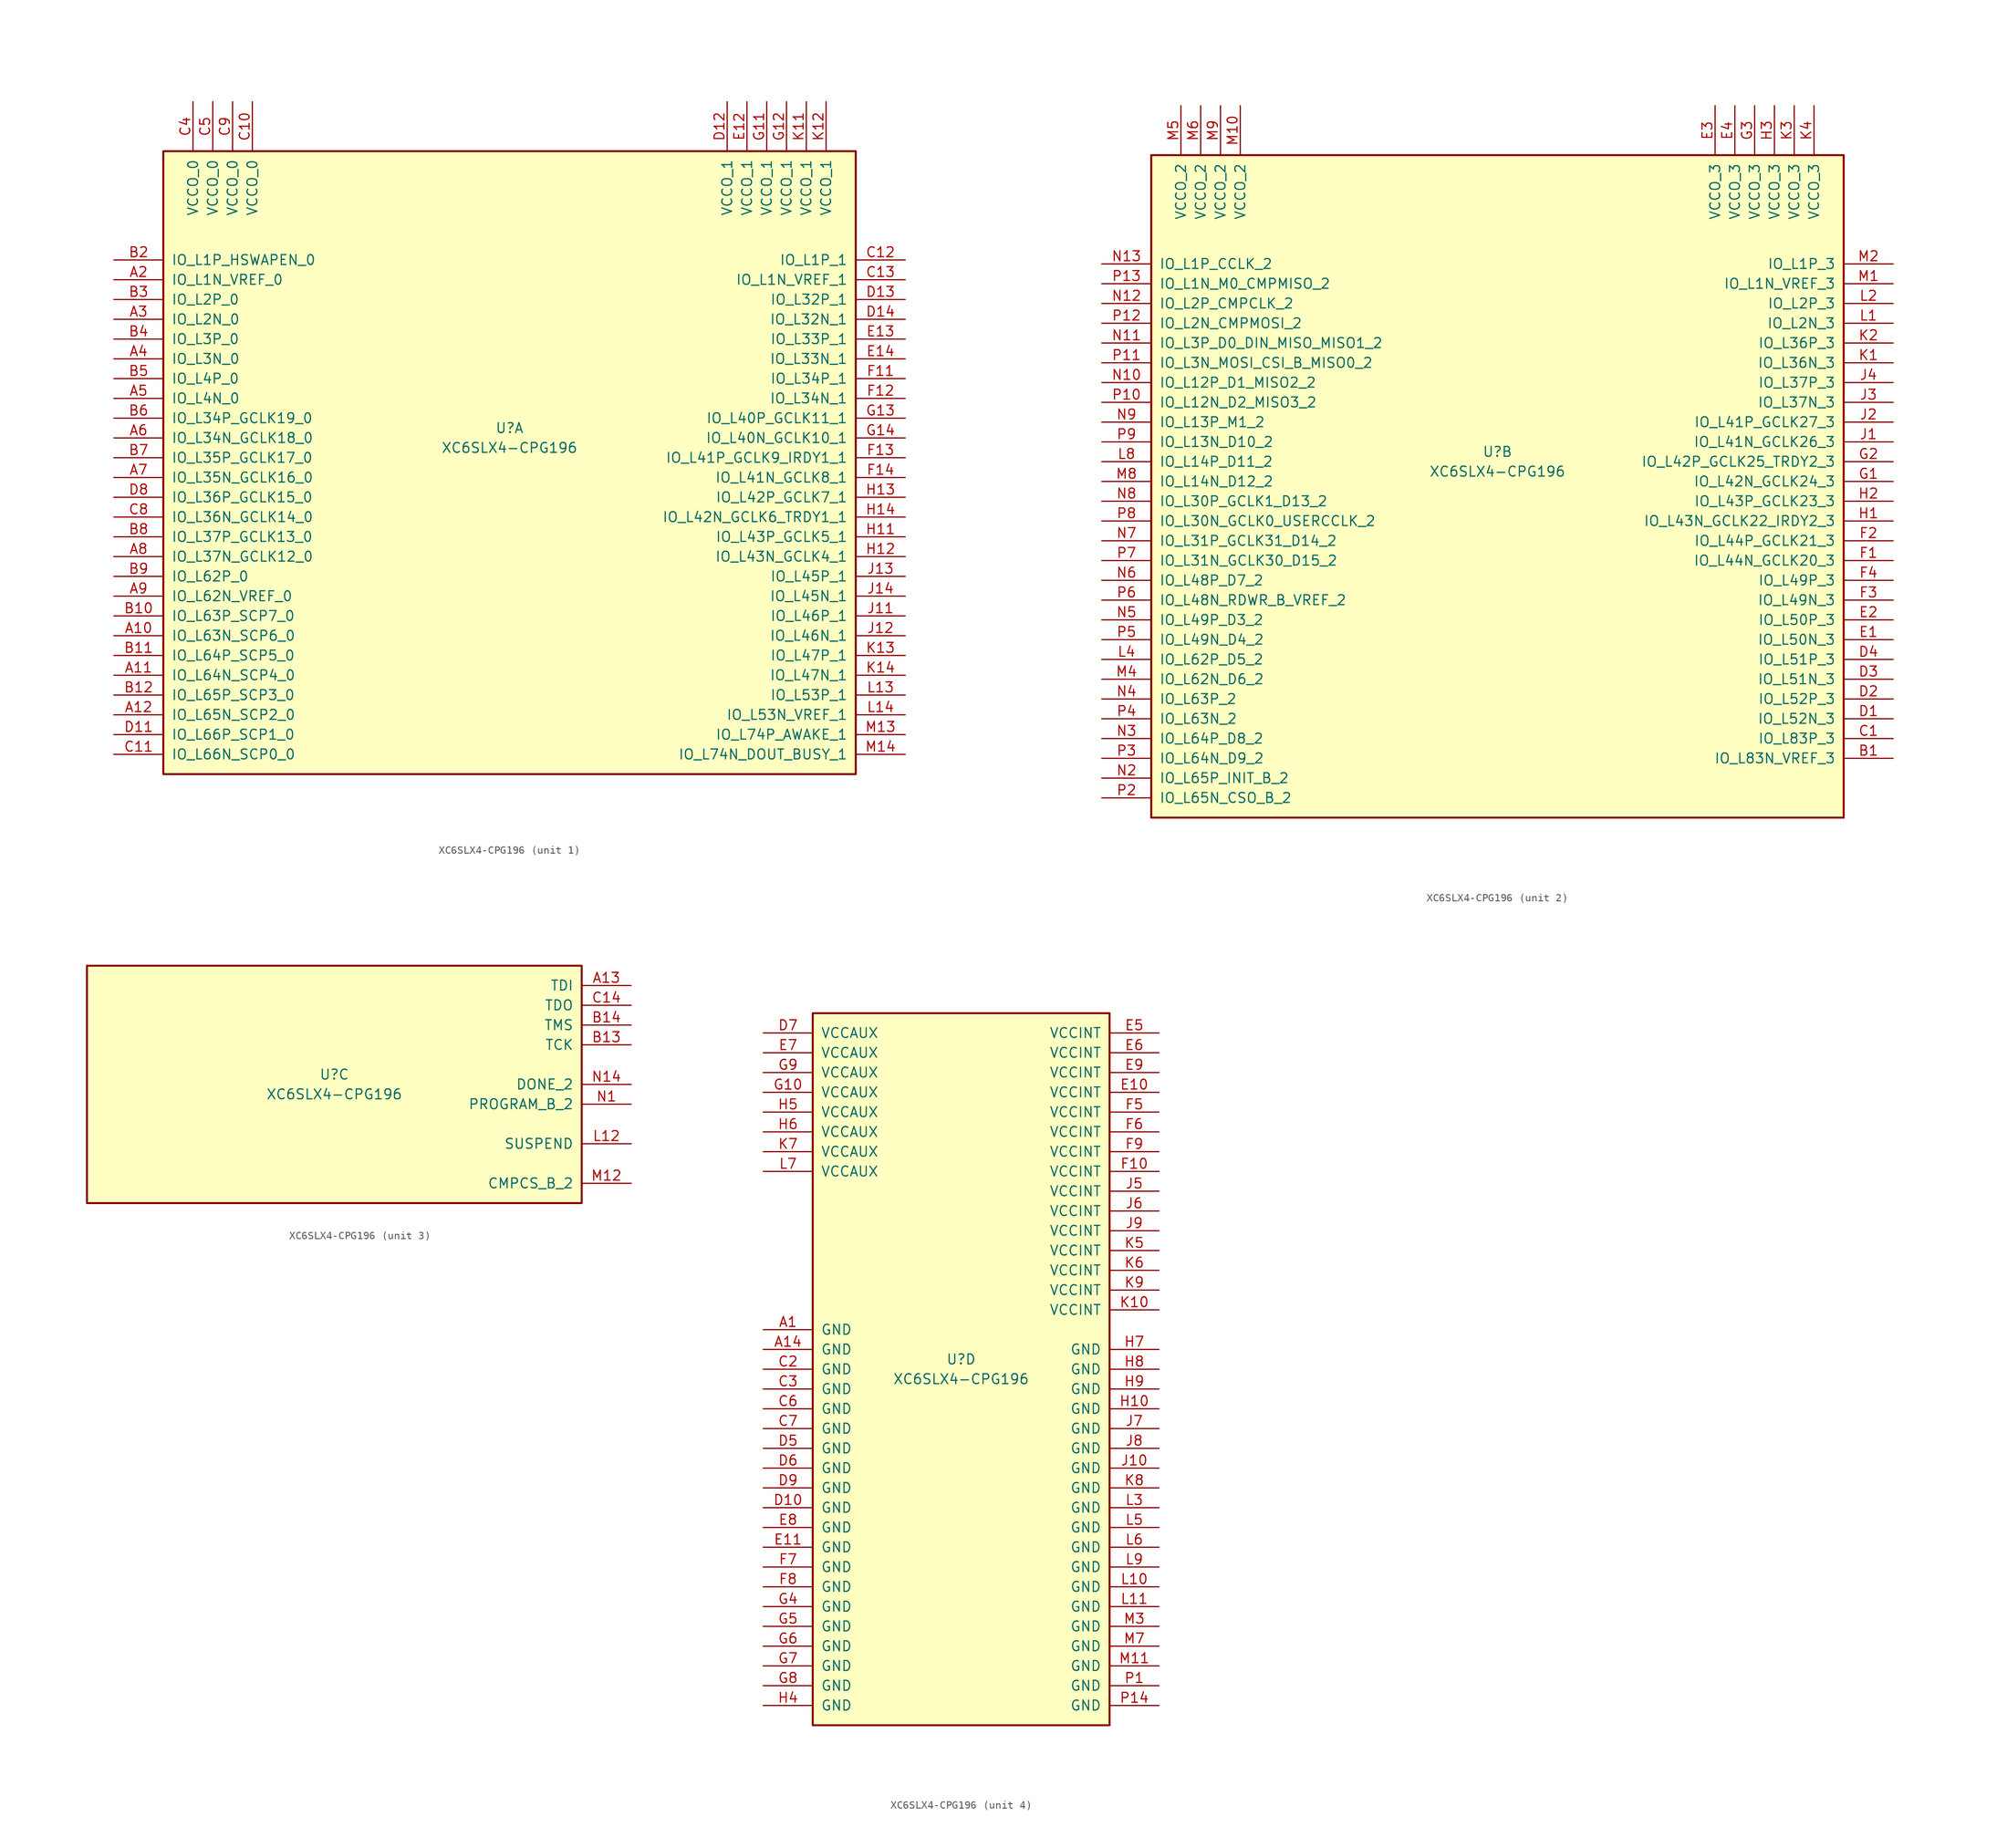
<source format=kicad_sym>
(kicad_symbol_lib
  (version 20201005)
  (generator kicad_symbol_editor)
  (symbol "XC6SLX4-CPG196"
    (pin_names
      (offset 1.016))
    (property "Reference" "U"
      (at 0 1.27 0)
      (effects (font (size 1.27 1.27))))
    (property "Value" "XC6SLX4-CPG196"
      (at 0 -1.27 0)
      (effects (font (size 1.27 1.27))))
    (property "Datasheet" ""
      (at 0 0 0)
      (effects (font (size 1.27 1.27))))
    (property "ki_locked" ""
      (at 0 0 0)
      (effects (font (size 1.27 1.27))))
    (symbol "XC6SLX4-CPG196_1_1"
      (rectangle (start -44.45 36.83) (end 44.45 -43.18) (stroke (width 0.254)) (fill (type background)))
      (pin power_in line (at -40.64 43.18 270) (length 6.35) (name "VCCO_0" (effects (font (size 1.27 1.27)))) (number "C4" (effects (font (size 1.27 1.27)))))
      (pin power_in line (at -38.1 43.18 270) (length 6.35) (name "VCCO_0" (effects (font (size 1.27 1.27)))) (number "C5" (effects (font (size 1.27 1.27)))))
      (pin power_in line (at -35.56 43.18 270) (length 6.35) (name "VCCO_0" (effects (font (size 1.27 1.27)))) (number "C9" (effects (font (size 1.27 1.27)))))
      (pin power_in line (at -33.02 43.18 270) (length 6.35) (name "VCCO_0" (effects (font (size 1.27 1.27)))) (number "C10" (effects (font (size 1.27 1.27)))))
      (pin bidirectional line (at -50.8 22.86 0) (length 6.35) (name "IO_L1P_HSWAPEN_0" (effects (font (size 1.27 1.27)))) (number "B2" (effects (font (size 1.27 1.27)))))
      (pin bidirectional line (at -50.8 20.32 0) (length 6.35) (name "IO_L1N_VREF_0" (effects (font (size 1.27 1.27)))) (number "A2" (effects (font (size 1.27 1.27)))))
      (pin bidirectional line (at -50.8 17.78 0) (length 6.35) (name "IO_L2P_0" (effects (font (size 1.27 1.27)))) (number "B3" (effects (font (size 1.27 1.27)))))
      (pin bidirectional line (at -50.8 15.24 0) (length 6.35) (name "IO_L2N_0" (effects (font (size 1.27 1.27)))) (number "A3" (effects (font (size 1.27 1.27)))))
      (pin bidirectional line (at -50.8 12.7 0) (length 6.35) (name "IO_L3P_0" (effects (font (size 1.27 1.27)))) (number "B4" (effects (font (size 1.27 1.27)))))
      (pin bidirectional line (at -50.8 10.16 0) (length 6.35) (name "IO_L3N_0" (effects (font (size 1.27 1.27)))) (number "A4" (effects (font (size 1.27 1.27)))))
      (pin bidirectional line (at -50.8 7.62 0) (length 6.35) (name "IO_L4P_0" (effects (font (size 1.27 1.27)))) (number "B5" (effects (font (size 1.27 1.27)))))
      (pin bidirectional line (at -50.8 5.08 0) (length 6.35) (name "IO_L4N_0" (effects (font (size 1.27 1.27)))) (number "A5" (effects (font (size 1.27 1.27)))))
      (pin bidirectional line (at -50.8 2.54 0) (length 6.35) (name "IO_L34P_GCLK19_0" (effects (font (size 1.27 1.27)))) (number "B6" (effects (font (size 1.27 1.27)))))
      (pin bidirectional line (at -50.8 0 0) (length 6.35) (name "IO_L34N_GCLK18_0" (effects (font (size 1.27 1.27)))) (number "A6" (effects (font (size 1.27 1.27)))))
      (pin bidirectional line (at -50.8 -2.54 0) (length 6.35) (name "IO_L35P_GCLK17_0" (effects (font (size 1.27 1.27)))) (number "B7" (effects (font (size 1.27 1.27)))))
      (pin bidirectional line (at -50.8 -5.08 0) (length 6.35) (name "IO_L35N_GCLK16_0" (effects (font (size 1.27 1.27)))) (number "A7" (effects (font (size 1.27 1.27)))))
      (pin bidirectional line (at -50.8 -7.62 0) (length 6.35) (name "IO_L36P_GCLK15_0" (effects (font (size 1.27 1.27)))) (number "D8" (effects (font (size 1.27 1.27)))))
      (pin bidirectional line (at -50.8 -10.16 0) (length 6.35) (name "IO_L36N_GCLK14_0" (effects (font (size 1.27 1.27)))) (number "C8" (effects (font (size 1.27 1.27)))))
      (pin bidirectional line (at -50.8 -12.7 0) (length 6.35) (name "IO_L37P_GCLK13_0" (effects (font (size 1.27 1.27)))) (number "B8" (effects (font (size 1.27 1.27)))))
      (pin bidirectional line (at -50.8 -15.24 0) (length 6.35) (name "IO_L37N_GCLK12_0" (effects (font (size 1.27 1.27)))) (number "A8" (effects (font (size 1.27 1.27)))))
      (pin bidirectional line (at -50.8 -17.78 0) (length 6.35) (name "IO_L62P_0" (effects (font (size 1.27 1.27)))) (number "B9" (effects (font (size 1.27 1.27)))))
      (pin bidirectional line (at -50.8 -20.32 0) (length 6.35) (name "IO_L62N_VREF_0" (effects (font (size 1.27 1.27)))) (number "A9" (effects (font (size 1.27 1.27)))))
      (pin bidirectional line (at -50.8 -22.86 0) (length 6.35) (name "IO_L63P_SCP7_0" (effects (font (size 1.27 1.27)))) (number "B10" (effects (font (size 1.27 1.27)))))
      (pin bidirectional line (at -50.8 -25.4 0) (length 6.35) (name "IO_L63N_SCP6_0" (effects (font (size 1.27 1.27)))) (number "A10" (effects (font (size 1.27 1.27)))))
      (pin bidirectional line (at -50.8 -27.94 0) (length 6.35) (name "IO_L64P_SCP5_0" (effects (font (size 1.27 1.27)))) (number "B11" (effects (font (size 1.27 1.27)))))
      (pin bidirectional line (at -50.8 -30.48 0) (length 6.35) (name "IO_L64N_SCP4_0" (effects (font (size 1.27 1.27)))) (number "A11" (effects (font (size 1.27 1.27)))))
      (pin bidirectional line (at -50.8 -33.02 0) (length 6.35) (name "IO_L65P_SCP3_0" (effects (font (size 1.27 1.27)))) (number "B12" (effects (font (size 1.27 1.27)))))
      (pin bidirectional line (at -50.8 -35.56 0) (length 6.35) (name "IO_L65N_SCP2_0" (effects (font (size 1.27 1.27)))) (number "A12" (effects (font (size 1.27 1.27)))))
      (pin bidirectional line (at -50.8 -38.1 0) (length 6.35) (name "IO_L66P_SCP1_0" (effects (font (size 1.27 1.27)))) (number "D11" (effects (font (size 1.27 1.27)))))
      (pin bidirectional line (at -50.8 -40.64 0) (length 6.35) (name "IO_L66N_SCP0_0" (effects (font (size 1.27 1.27)))) (number "C11" (effects (font (size 1.27 1.27)))))
      (pin power_in line (at 27.94 43.18 270) (length 6.35) (name "VCCO_1" (effects (font (size 1.27 1.27)))) (number "D12" (effects (font (size 1.27 1.27)))))
      (pin power_in line (at 30.48 43.18 270) (length 6.35) (name "VCCO_1" (effects (font (size 1.27 1.27)))) (number "E12" (effects (font (size 1.27 1.27)))))
      (pin power_in line (at 33.02 43.18 270) (length 6.35) (name "VCCO_1" (effects (font (size 1.27 1.27)))) (number "G11" (effects (font (size 1.27 1.27)))))
      (pin power_in line (at 35.56 43.18 270) (length 6.35) (name "VCCO_1" (effects (font (size 1.27 1.27)))) (number "G12" (effects (font (size 1.27 1.27)))))
      (pin power_in line (at 38.1 43.18 270) (length 6.35) (name "VCCO_1" (effects (font (size 1.27 1.27)))) (number "K11" (effects (font (size 1.27 1.27)))))
      (pin power_in line (at 40.64 43.18 270) (length 6.35) (name "VCCO_1" (effects (font (size 1.27 1.27)))) (number "K12" (effects (font (size 1.27 1.27)))))
      (pin bidirectional line (at 50.8 22.86 180) (length 6.35) (name "IO_L1P_1" (effects (font (size 1.27 1.27)))) (number "C12" (effects (font (size 1.27 1.27)))))
      (pin bidirectional line (at 50.8 20.32 180) (length 6.35) (name "IO_L1N_VREF_1" (effects (font (size 1.27 1.27)))) (number "C13" (effects (font (size 1.27 1.27)))))
      (pin bidirectional line (at 50.8 17.78 180) (length 6.35) (name "IO_L32P_1" (effects (font (size 1.27 1.27)))) (number "D13" (effects (font (size 1.27 1.27)))))
      (pin bidirectional line (at 50.8 15.24 180) (length 6.35) (name "IO_L32N_1" (effects (font (size 1.27 1.27)))) (number "D14" (effects (font (size 1.27 1.27)))))
      (pin bidirectional line (at 50.8 12.7 180) (length 6.35) (name "IO_L33P_1" (effects (font (size 1.27 1.27)))) (number "E13" (effects (font (size 1.27 1.27)))))
      (pin bidirectional line (at 50.8 10.16 180) (length 6.35) (name "IO_L33N_1" (effects (font (size 1.27 1.27)))) (number "E14" (effects (font (size 1.27 1.27)))))
      (pin bidirectional line (at 50.8 7.62 180) (length 6.35) (name "IO_L34P_1" (effects (font (size 1.27 1.27)))) (number "F11" (effects (font (size 1.27 1.27)))))
      (pin bidirectional line (at 50.8 5.08 180) (length 6.35) (name "IO_L34N_1" (effects (font (size 1.27 1.27)))) (number "F12" (effects (font (size 1.27 1.27)))))
      (pin bidirectional line (at 50.8 2.54 180) (length 6.35) (name "IO_L40P_GCLK11_1" (effects (font (size 1.27 1.27)))) (number "G13" (effects (font (size 1.27 1.27)))))
      (pin bidirectional line (at 50.8 0 180) (length 6.35) (name "IO_L40N_GCLK10_1" (effects (font (size 1.27 1.27)))) (number "G14" (effects (font (size 1.27 1.27)))))
      (pin bidirectional line (at 50.8 -2.54 180) (length 6.35) (name "IO_L41P_GCLK9_IRDY1_1" (effects (font (size 1.27 1.27)))) (number "F13" (effects (font (size 1.27 1.27)))))
      (pin bidirectional line (at 50.8 -5.08 180) (length 6.35) (name "IO_L41N_GCLK8_1" (effects (font (size 1.27 1.27)))) (number "F14" (effects (font (size 1.27 1.27)))))
      (pin bidirectional line (at 50.8 -7.62 180) (length 6.35) (name "IO_L42P_GCLK7_1" (effects (font (size 1.27 1.27)))) (number "H13" (effects (font (size 1.27 1.27)))))
      (pin bidirectional line (at 50.8 -10.16 180) (length 6.35) (name "IO_L42N_GCLK6_TRDY1_1" (effects (font (size 1.27 1.27)))) (number "H14" (effects (font (size 1.27 1.27)))))
      (pin bidirectional line (at 50.8 -12.7 180) (length 6.35) (name "IO_L43P_GCLK5_1" (effects (font (size 1.27 1.27)))) (number "H11" (effects (font (size 1.27 1.27)))))
      (pin bidirectional line (at 50.8 -15.24 180) (length 6.35) (name "IO_L43N_GCLK4_1" (effects (font (size 1.27 1.27)))) (number "H12" (effects (font (size 1.27 1.27)))))
      (pin bidirectional line (at 50.8 -17.78 180) (length 6.35) (name "IO_L45P_1" (effects (font (size 1.27 1.27)))) (number "J13" (effects (font (size 1.27 1.27)))))
      (pin bidirectional line (at 50.8 -20.32 180) (length 6.35) (name "IO_L45N_1" (effects (font (size 1.27 1.27)))) (number "J14" (effects (font (size 1.27 1.27)))))
      (pin bidirectional line (at 50.8 -22.86 180) (length 6.35) (name "IO_L46P_1" (effects (font (size 1.27 1.27)))) (number "J11" (effects (font (size 1.27 1.27)))))
      (pin bidirectional line (at 50.8 -25.4 180) (length 6.35) (name "IO_L46N_1" (effects (font (size 1.27 1.27)))) (number "J12" (effects (font (size 1.27 1.27)))))
      (pin bidirectional line (at 50.8 -27.94 180) (length 6.35) (name "IO_L47P_1" (effects (font (size 1.27 1.27)))) (number "K13" (effects (font (size 1.27 1.27)))))
      (pin bidirectional line (at 50.8 -30.48 180) (length 6.35) (name "IO_L47N_1" (effects (font (size 1.27 1.27)))) (number "K14" (effects (font (size 1.27 1.27)))))
      (pin bidirectional line (at 50.8 -33.02 180) (length 6.35) (name "IO_L53P_1" (effects (font (size 1.27 1.27)))) (number "L13" (effects (font (size 1.27 1.27)))))
      (pin bidirectional line (at 50.8 -35.56 180) (length 6.35) (name "IO_L53N_VREF_1" (effects (font (size 1.27 1.27)))) (number "L14" (effects (font (size 1.27 1.27)))))
      (pin bidirectional line (at 50.8 -38.1 180) (length 6.35) (name "IO_L74P_AWAKE_1" (effects (font (size 1.27 1.27)))) (number "M13" (effects (font (size 1.27 1.27)))))
      (pin bidirectional line (at 50.8 -40.64 180) (length 6.35) (name "IO_L74N_DOUT_BUSY_1" (effects (font (size 1.27 1.27)))) (number "M14" (effects (font (size 1.27 1.27))))))
    (symbol "XC6SLX4-CPG196_2_1"
      (rectangle (start -44.45 39.37) (end 44.45 -45.72) (stroke (width 0.254)) (fill (type background)))
      (pin power_in line (at -40.64 45.72 270) (length 6.35) (name "VCCO_2" (effects (font (size 1.27 1.27)))) (number "M5" (effects (font (size 1.27 1.27)))))
      (pin power_in line (at -38.1 45.72 270) (length 6.35) (name "VCCO_2" (effects (font (size 1.27 1.27)))) (number "M6" (effects (font (size 1.27 1.27)))))
      (pin power_in line (at -35.56 45.72 270) (length 6.35) (name "VCCO_2" (effects (font (size 1.27 1.27)))) (number "M9" (effects (font (size 1.27 1.27)))))
      (pin power_in line (at -33.02 45.72 270) (length 6.35) (name "VCCO_2" (effects (font (size 1.27 1.27)))) (number "M10" (effects (font (size 1.27 1.27)))))
      (pin bidirectional line (at -50.8 25.4 0) (length 6.35) (name "IO_L1P_CCLK_2" (effects (font (size 1.27 1.27)))) (number "N13" (effects (font (size 1.27 1.27)))))
      (pin bidirectional line (at -50.8 22.86 0) (length 6.35) (name "IO_L1N_M0_CMPMISO_2" (effects (font (size 1.27 1.27)))) (number "P13" (effects (font (size 1.27 1.27)))))
      (pin bidirectional line (at -50.8 20.32 0) (length 6.35) (name "IO_L2P_CMPCLK_2" (effects (font (size 1.27 1.27)))) (number "N12" (effects (font (size 1.27 1.27)))))
      (pin bidirectional line (at -50.8 17.78 0) (length 6.35) (name "IO_L2N_CMPMOSI_2" (effects (font (size 1.27 1.27)))) (number "P12" (effects (font (size 1.27 1.27)))))
      (pin bidirectional line (at -50.8 15.24 0) (length 6.35) (name "IO_L3P_D0_DIN_MISO_MISO1_2" (effects (font (size 1.27 1.27)))) (number "N11" (effects (font (size 1.27 1.27)))))
      (pin bidirectional line (at -50.8 12.7 0) (length 6.35) (name "IO_L3N_MOSI_CSI_B_MISO0_2" (effects (font (size 1.27 1.27)))) (number "P11" (effects (font (size 1.27 1.27)))))
      (pin bidirectional line (at -50.8 10.16 0) (length 6.35) (name "IO_L12P_D1_MISO2_2" (effects (font (size 1.27 1.27)))) (number "N10" (effects (font (size 1.27 1.27)))))
      (pin bidirectional line (at -50.8 7.62 0) (length 6.35) (name "IO_L12N_D2_MISO3_2" (effects (font (size 1.27 1.27)))) (number "P10" (effects (font (size 1.27 1.27)))))
      (pin bidirectional line (at -50.8 5.08 0) (length 6.35) (name "IO_L13P_M1_2" (effects (font (size 1.27 1.27)))) (number "N9" (effects (font (size 1.27 1.27)))))
      (pin bidirectional line (at -50.8 2.54 0) (length 6.35) (name "IO_L13N_D10_2" (effects (font (size 1.27 1.27)))) (number "P9" (effects (font (size 1.27 1.27)))))
      (pin bidirectional line (at -50.8 0 0) (length 6.35) (name "IO_L14P_D11_2" (effects (font (size 1.27 1.27)))) (number "L8" (effects (font (size 1.27 1.27)))))
      (pin bidirectional line (at -50.8 -2.54 0) (length 6.35) (name "IO_L14N_D12_2" (effects (font (size 1.27 1.27)))) (number "M8" (effects (font (size 1.27 1.27)))))
      (pin bidirectional line (at -50.8 -5.08 0) (length 6.35) (name "IO_L30P_GCLK1_D13_2" (effects (font (size 1.27 1.27)))) (number "N8" (effects (font (size 1.27 1.27)))))
      (pin bidirectional line (at -50.8 -7.62 0) (length 6.35) (name "IO_L30N_GCLK0_USERCCLK_2" (effects (font (size 1.27 1.27)))) (number "P8" (effects (font (size 1.27 1.27)))))
      (pin bidirectional line (at -50.8 -10.16 0) (length 6.35) (name "IO_L31P_GCLK31_D14_2" (effects (font (size 1.27 1.27)))) (number "N7" (effects (font (size 1.27 1.27)))))
      (pin bidirectional line (at -50.8 -12.7 0) (length 6.35) (name "IO_L31N_GCLK30_D15_2" (effects (font (size 1.27 1.27)))) (number "P7" (effects (font (size 1.27 1.27)))))
      (pin bidirectional line (at -50.8 -15.24 0) (length 6.35) (name "IO_L48P_D7_2" (effects (font (size 1.27 1.27)))) (number "N6" (effects (font (size 1.27 1.27)))))
      (pin bidirectional line (at -50.8 -17.78 0) (length 6.35) (name "IO_L48N_RDWR_B_VREF_2" (effects (font (size 1.27 1.27)))) (number "P6" (effects (font (size 1.27 1.27)))))
      (pin bidirectional line (at -50.8 -20.32 0) (length 6.35) (name "IO_L49P_D3_2" (effects (font (size 1.27 1.27)))) (number "N5" (effects (font (size 1.27 1.27)))))
      (pin bidirectional line (at -50.8 -22.86 0) (length 6.35) (name "IO_L49N_D4_2" (effects (font (size 1.27 1.27)))) (number "P5" (effects (font (size 1.27 1.27)))))
      (pin bidirectional line (at -50.8 -25.4 0) (length 6.35) (name "IO_L62P_D5_2" (effects (font (size 1.27 1.27)))) (number "L4" (effects (font (size 1.27 1.27)))))
      (pin bidirectional line (at -50.8 -27.94 0) (length 6.35) (name "IO_L62N_D6_2" (effects (font (size 1.27 1.27)))) (number "M4" (effects (font (size 1.27 1.27)))))
      (pin bidirectional line (at -50.8 -30.48 0) (length 6.35) (name "IO_L63P_2" (effects (font (size 1.27 1.27)))) (number "N4" (effects (font (size 1.27 1.27)))))
      (pin bidirectional line (at -50.8 -33.02 0) (length 6.35) (name "IO_L63N_2" (effects (font (size 1.27 1.27)))) (number "P4" (effects (font (size 1.27 1.27)))))
      (pin bidirectional line (at -50.8 -35.56 0) (length 6.35) (name "IO_L64P_D8_2" (effects (font (size 1.27 1.27)))) (number "N3" (effects (font (size 1.27 1.27)))))
      (pin bidirectional line (at -50.8 -38.1 0) (length 6.35) (name "IO_L64N_D9_2" (effects (font (size 1.27 1.27)))) (number "P3" (effects (font (size 1.27 1.27)))))
      (pin bidirectional line (at -50.8 -40.64 0) (length 6.35) (name "IO_L65P_INIT_B_2" (effects (font (size 1.27 1.27)))) (number "N2" (effects (font (size 1.27 1.27)))))
      (pin bidirectional line (at -50.8 -43.18 0) (length 6.35) (name "IO_L65N_CSO_B_2" (effects (font (size 1.27 1.27)))) (number "P2" (effects (font (size 1.27 1.27)))))
      (pin power_in line (at 27.94 45.72 270) (length 6.35) (name "VCCO_3" (effects (font (size 1.27 1.27)))) (number "E3" (effects (font (size 1.27 1.27)))))
      (pin power_in line (at 30.48 45.72 270) (length 6.35) (name "VCCO_3" (effects (font (size 1.27 1.27)))) (number "E4" (effects (font (size 1.27 1.27)))))
      (pin power_in line (at 33.02 45.72 270) (length 6.35) (name "VCCO_3" (effects (font (size 1.27 1.27)))) (number "G3" (effects (font (size 1.27 1.27)))))
      (pin power_in line (at 35.56 45.72 270) (length 6.35) (name "VCCO_3" (effects (font (size 1.27 1.27)))) (number "H3" (effects (font (size 1.27 1.27)))))
      (pin power_in line (at 38.1 45.72 270) (length 6.35) (name "VCCO_3" (effects (font (size 1.27 1.27)))) (number "K3" (effects (font (size 1.27 1.27)))))
      (pin power_in line (at 40.64 45.72 270) (length 6.35) (name "VCCO_3" (effects (font (size 1.27 1.27)))) (number "K4" (effects (font (size 1.27 1.27)))))
      (pin bidirectional line (at 50.8 25.4 180) (length 6.35) (name "IO_L1P_3" (effects (font (size 1.27 1.27)))) (number "M2" (effects (font (size 1.27 1.27)))))
      (pin bidirectional line (at 50.8 22.86 180) (length 6.35) (name "IO_L1N_VREF_3" (effects (font (size 1.27 1.27)))) (number "M1" (effects (font (size 1.27 1.27)))))
      (pin bidirectional line (at 50.8 20.32 180) (length 6.35) (name "IO_L2P_3" (effects (font (size 1.27 1.27)))) (number "L2" (effects (font (size 1.27 1.27)))))
      (pin bidirectional line (at 50.8 17.78 180) (length 6.35) (name "IO_L2N_3" (effects (font (size 1.27 1.27)))) (number "L1" (effects (font (size 1.27 1.27)))))
      (pin bidirectional line (at 50.8 15.24 180) (length 6.35) (name "IO_L36P_3" (effects (font (size 1.27 1.27)))) (number "K2" (effects (font (size 1.27 1.27)))))
      (pin bidirectional line (at 50.8 12.7 180) (length 6.35) (name "IO_L36N_3" (effects (font (size 1.27 1.27)))) (number "K1" (effects (font (size 1.27 1.27)))))
      (pin bidirectional line (at 50.8 10.16 180) (length 6.35) (name "IO_L37P_3" (effects (font (size 1.27 1.27)))) (number "J4" (effects (font (size 1.27 1.27)))))
      (pin bidirectional line (at 50.8 7.62 180) (length 6.35) (name "IO_L37N_3" (effects (font (size 1.27 1.27)))) (number "J3" (effects (font (size 1.27 1.27)))))
      (pin bidirectional line (at 50.8 5.08 180) (length 6.35) (name "IO_L41P_GCLK27_3" (effects (font (size 1.27 1.27)))) (number "J2" (effects (font (size 1.27 1.27)))))
      (pin bidirectional line (at 50.8 2.54 180) (length 6.35) (name "IO_L41N_GCLK26_3" (effects (font (size 1.27 1.27)))) (number "J1" (effects (font (size 1.27 1.27)))))
      (pin bidirectional line (at 50.8 0 180) (length 6.35) (name "IO_L42P_GCLK25_TRDY2_3" (effects (font (size 1.27 1.27)))) (number "G2" (effects (font (size 1.27 1.27)))))
      (pin bidirectional line (at 50.8 -2.54 180) (length 6.35) (name "IO_L42N_GCLK24_3" (effects (font (size 1.27 1.27)))) (number "G1" (effects (font (size 1.27 1.27)))))
      (pin bidirectional line (at 50.8 -5.08 180) (length 6.35) (name "IO_L43P_GCLK23_3" (effects (font (size 1.27 1.27)))) (number "H2" (effects (font (size 1.27 1.27)))))
      (pin bidirectional line (at 50.8 -7.62 180) (length 6.35) (name "IO_L43N_GCLK22_IRDY2_3" (effects (font (size 1.27 1.27)))) (number "H1" (effects (font (size 1.27 1.27)))))
      (pin bidirectional line (at 50.8 -10.16 180) (length 6.35) (name "IO_L44P_GCLK21_3" (effects (font (size 1.27 1.27)))) (number "F2" (effects (font (size 1.27 1.27)))))
      (pin bidirectional line (at 50.8 -12.7 180) (length 6.35) (name "IO_L44N_GCLK20_3" (effects (font (size 1.27 1.27)))) (number "F1" (effects (font (size 1.27 1.27)))))
      (pin bidirectional line (at 50.8 -15.24 180) (length 6.35) (name "IO_L49P_3" (effects (font (size 1.27 1.27)))) (number "F4" (effects (font (size 1.27 1.27)))))
      (pin bidirectional line (at 50.8 -17.78 180) (length 6.35) (name "IO_L49N_3" (effects (font (size 1.27 1.27)))) (number "F3" (effects (font (size 1.27 1.27)))))
      (pin bidirectional line (at 50.8 -20.32 180) (length 6.35) (name "IO_L50P_3" (effects (font (size 1.27 1.27)))) (number "E2" (effects (font (size 1.27 1.27)))))
      (pin bidirectional line (at 50.8 -22.86 180) (length 6.35) (name "IO_L50N_3" (effects (font (size 1.27 1.27)))) (number "E1" (effects (font (size 1.27 1.27)))))
      (pin bidirectional line (at 50.8 -25.4 180) (length 6.35) (name "IO_L51P_3" (effects (font (size 1.27 1.27)))) (number "D4" (effects (font (size 1.27 1.27)))))
      (pin bidirectional line (at 50.8 -27.94 180) (length 6.35) (name "IO_L51N_3" (effects (font (size 1.27 1.27)))) (number "D3" (effects (font (size 1.27 1.27)))))
      (pin bidirectional line (at 50.8 -30.48 180) (length 6.35) (name "IO_L52P_3" (effects (font (size 1.27 1.27)))) (number "D2" (effects (font (size 1.27 1.27)))))
      (pin bidirectional line (at 50.8 -33.02 180) (length 6.35) (name "IO_L52N_3" (effects (font (size 1.27 1.27)))) (number "D1" (effects (font (size 1.27 1.27)))))
      (pin bidirectional line (at 50.8 -35.56 180) (length 6.35) (name "IO_L83P_3" (effects (font (size 1.27 1.27)))) (number "C1" (effects (font (size 1.27 1.27)))))
      (pin bidirectional line (at 50.8 -38.1 180) (length 6.35) (name "IO_L83N_VREF_3" (effects (font (size 1.27 1.27)))) (number "B1" (effects (font (size 1.27 1.27))))))
    (symbol "XC6SLX4-CPG196_3_1"
      (rectangle (start -31.75 15.24) (end 31.75 -15.24) (stroke (width 0.254)) (fill (type background)))
      (pin bidirectional line (at 38.1 12.7 180) (length 6.35) (name "TDI" (effects (font (size 1.27 1.27)))) (number "A13" (effects (font (size 1.27 1.27)))))
      (pin bidirectional line (at 38.1 10.16 180) (length 6.35) (name "TDO" (effects (font (size 1.27 1.27)))) (number "C14" (effects (font (size 1.27 1.27)))))
      (pin bidirectional line (at 38.1 7.62 180) (length 6.35) (name "TMS" (effects (font (size 1.27 1.27)))) (number "B14" (effects (font (size 1.27 1.27)))))
      (pin bidirectional line (at 38.1 5.08 180) (length 6.35) (name "TCK" (effects (font (size 1.27 1.27)))) (number "B13" (effects (font (size 1.27 1.27)))))
      (pin bidirectional line (at 38.1 0 180) (length 6.35) (name "DONE_2" (effects (font (size 1.27 1.27)))) (number "N14" (effects (font (size 1.27 1.27)))))
      (pin bidirectional line (at 38.1 -2.54 180) (length 6.35) (name "PROGRAM_B_2" (effects (font (size 1.27 1.27)))) (number "N1" (effects (font (size 1.27 1.27)))))
      (pin bidirectional line (at 38.1 -7.62 180) (length 6.35) (name "SUSPEND" (effects (font (size 1.27 1.27)))) (number "L12" (effects (font (size 1.27 1.27)))))
      (pin bidirectional line (at 38.1 -12.7 180) (length 6.35) (name "CMPCS_B_2" (effects (font (size 1.27 1.27)))) (number "M12" (effects (font (size 1.27 1.27))))))
    (symbol "XC6SLX4-CPG196_4_1"
      (rectangle (start -19.05 45.72) (end 19.05 -45.72) (stroke (width 0.254)) (fill (type background)))
      (pin power_in line (at -25.4 43.18 0) (length 6.35) (name "VCCAUX" (effects (font (size 1.27 1.27)))) (number "D7" (effects (font (size 1.27 1.27)))))
      (pin power_in line (at -25.4 40.64 0) (length 6.35) (name "VCCAUX" (effects (font (size 1.27 1.27)))) (number "E7" (effects (font (size 1.27 1.27)))))
      (pin power_in line (at -25.4 38.1 0) (length 6.35) (name "VCCAUX" (effects (font (size 1.27 1.27)))) (number "G9" (effects (font (size 1.27 1.27)))))
      (pin power_in line (at -25.4 35.56 0) (length 6.35) (name "VCCAUX" (effects (font (size 1.27 1.27)))) (number "G10" (effects (font (size 1.27 1.27)))))
      (pin power_in line (at -25.4 33.02 0) (length 6.35) (name "VCCAUX" (effects (font (size 1.27 1.27)))) (number "H5" (effects (font (size 1.27 1.27)))))
      (pin power_in line (at -25.4 30.48 0) (length 6.35) (name "VCCAUX" (effects (font (size 1.27 1.27)))) (number "H6" (effects (font (size 1.27 1.27)))))
      (pin power_in line (at -25.4 27.94 0) (length 6.35) (name "VCCAUX" (effects (font (size 1.27 1.27)))) (number "K7" (effects (font (size 1.27 1.27)))))
      (pin power_in line (at -25.4 25.4 0) (length 6.35) (name "VCCAUX" (effects (font (size 1.27 1.27)))) (number "L7" (effects (font (size 1.27 1.27)))))
      (pin power_in line (at -25.4 5.08 0) (length 6.35) (name "GND" (effects (font (size 1.27 1.27)))) (number "A1" (effects (font (size 1.27 1.27)))))
      (pin power_in line (at -25.4 2.54 0) (length 6.35) (name "GND" (effects (font (size 1.27 1.27)))) (number "A14" (effects (font (size 1.27 1.27)))))
      (pin power_in line (at -25.4 0 0) (length 6.35) (name "GND" (effects (font (size 1.27 1.27)))) (number "C2" (effects (font (size 1.27 1.27)))))
      (pin power_in line (at -25.4 -2.54 0) (length 6.35) (name "GND" (effects (font (size 1.27 1.27)))) (number "C3" (effects (font (size 1.27 1.27)))))
      (pin power_in line (at -25.4 -5.08 0) (length 6.35) (name "GND" (effects (font (size 1.27 1.27)))) (number "C6" (effects (font (size 1.27 1.27)))))
      (pin power_in line (at -25.4 -7.62 0) (length 6.35) (name "GND" (effects (font (size 1.27 1.27)))) (number "C7" (effects (font (size 1.27 1.27)))))
      (pin power_in line (at -25.4 -10.16 0) (length 6.35) (name "GND" (effects (font (size 1.27 1.27)))) (number "D5" (effects (font (size 1.27 1.27)))))
      (pin power_in line (at -25.4 -12.7 0) (length 6.35) (name "GND" (effects (font (size 1.27 1.27)))) (number "D6" (effects (font (size 1.27 1.27)))))
      (pin power_in line (at -25.4 -15.24 0) (length 6.35) (name "GND" (effects (font (size 1.27 1.27)))) (number "D9" (effects (font (size 1.27 1.27)))))
      (pin power_in line (at -25.4 -17.78 0) (length 6.35) (name "GND" (effects (font (size 1.27 1.27)))) (number "D10" (effects (font (size 1.27 1.27)))))
      (pin power_in line (at -25.4 -20.32 0) (length 6.35) (name "GND" (effects (font (size 1.27 1.27)))) (number "E8" (effects (font (size 1.27 1.27)))))
      (pin power_in line (at -25.4 -22.86 0) (length 6.35) (name "GND" (effects (font (size 1.27 1.27)))) (number "E11" (effects (font (size 1.27 1.27)))))
      (pin power_in line (at -25.4 -25.4 0) (length 6.35) (name "GND" (effects (font (size 1.27 1.27)))) (number "F7" (effects (font (size 1.27 1.27)))))
      (pin power_in line (at -25.4 -27.94 0) (length 6.35) (name "GND" (effects (font (size 1.27 1.27)))) (number "F8" (effects (font (size 1.27 1.27)))))
      (pin power_in line (at -25.4 -30.48 0) (length 6.35) (name "GND" (effects (font (size 1.27 1.27)))) (number "G4" (effects (font (size 1.27 1.27)))))
      (pin power_in line (at -25.4 -33.02 0) (length 6.35) (name "GND" (effects (font (size 1.27 1.27)))) (number "G5" (effects (font (size 1.27 1.27)))))
      (pin power_in line (at -25.4 -35.56 0) (length 6.35) (name "GND" (effects (font (size 1.27 1.27)))) (number "G6" (effects (font (size 1.27 1.27)))))
      (pin power_in line (at -25.4 -38.1 0) (length 6.35) (name "GND" (effects (font (size 1.27 1.27)))) (number "G7" (effects (font (size 1.27 1.27)))))
      (pin power_in line (at -25.4 -40.64 0) (length 6.35) (name "GND" (effects (font (size 1.27 1.27)))) (number "G8" (effects (font (size 1.27 1.27)))))
      (pin power_in line (at -25.4 -43.18 0) (length 6.35) (name "GND" (effects (font (size 1.27 1.27)))) (number "H4" (effects (font (size 1.27 1.27)))))
      (pin power_in line (at 25.4 43.18 180) (length 6.35) (name "VCCINT" (effects (font (size 1.27 1.27)))) (number "E5" (effects (font (size 1.27 1.27)))))
      (pin power_in line (at 25.4 40.64 180) (length 6.35) (name "VCCINT" (effects (font (size 1.27 1.27)))) (number "E6" (effects (font (size 1.27 1.27)))))
      (pin power_in line (at 25.4 38.1 180) (length 6.35) (name "VCCINT" (effects (font (size 1.27 1.27)))) (number "E9" (effects (font (size 1.27 1.27)))))
      (pin power_in line (at 25.4 35.56 180) (length 6.35) (name "VCCINT" (effects (font (size 1.27 1.27)))) (number "E10" (effects (font (size 1.27 1.27)))))
      (pin power_in line (at 25.4 33.02 180) (length 6.35) (name "VCCINT" (effects (font (size 1.27 1.27)))) (number "F5" (effects (font (size 1.27 1.27)))))
      (pin power_in line (at 25.4 30.48 180) (length 6.35) (name "VCCINT" (effects (font (size 1.27 1.27)))) (number "F6" (effects (font (size 1.27 1.27)))))
      (pin power_in line (at 25.4 27.94 180) (length 6.35) (name "VCCINT" (effects (font (size 1.27 1.27)))) (number "F9" (effects (font (size 1.27 1.27)))))
      (pin power_in line (at 25.4 25.4 180) (length 6.35) (name "VCCINT" (effects (font (size 1.27 1.27)))) (number "F10" (effects (font (size 1.27 1.27)))))
      (pin power_in line (at 25.4 22.86 180) (length 6.35) (name "VCCINT" (effects (font (size 1.27 1.27)))) (number "J5" (effects (font (size 1.27 1.27)))))
      (pin power_in line (at 25.4 20.32 180) (length 6.35) (name "VCCINT" (effects (font (size 1.27 1.27)))) (number "J6" (effects (font (size 1.27 1.27)))))
      (pin power_in line (at 25.4 17.78 180) (length 6.35) (name "VCCINT" (effects (font (size 1.27 1.27)))) (number "J9" (effects (font (size 1.27 1.27)))))
      (pin power_in line (at 25.4 15.24 180) (length 6.35) (name "VCCINT" (effects (font (size 1.27 1.27)))) (number "K5" (effects (font (size 1.27 1.27)))))
      (pin power_in line (at 25.4 12.7 180) (length 6.35) (name "VCCINT" (effects (font (size 1.27 1.27)))) (number "K6" (effects (font (size 1.27 1.27)))))
      (pin power_in line (at 25.4 10.16 180) (length 6.35) (name "VCCINT" (effects (font (size 1.27 1.27)))) (number "K9" (effects (font (size 1.27 1.27)))))
      (pin power_in line (at 25.4 7.62 180) (length 6.35) (name "VCCINT" (effects (font (size 1.27 1.27)))) (number "K10" (effects (font (size 1.27 1.27)))))
      (pin power_in line (at 25.4 2.54 180) (length 6.35) (name "GND" (effects (font (size 1.27 1.27)))) (number "H7" (effects (font (size 1.27 1.27)))))
      (pin power_in line (at 25.4 0 180) (length 6.35) (name "GND" (effects (font (size 1.27 1.27)))) (number "H8" (effects (font (size 1.27 1.27)))))
      (pin power_in line (at 25.4 -2.54 180) (length 6.35) (name "GND" (effects (font (size 1.27 1.27)))) (number "H9" (effects (font (size 1.27 1.27)))))
      (pin power_in line (at 25.4 -5.08 180) (length 6.35) (name "GND" (effects (font (size 1.27 1.27)))) (number "H10" (effects (font (size 1.27 1.27)))))
      (pin power_in line (at 25.4 -7.62 180) (length 6.35) (name "GND" (effects (font (size 1.27 1.27)))) (number "J7" (effects (font (size 1.27 1.27)))))
      (pin power_in line (at 25.4 -10.16 180) (length 6.35) (name "GND" (effects (font (size 1.27 1.27)))) (number "J8" (effects (font (size 1.27 1.27)))))
      (pin power_in line (at 25.4 -12.7 180) (length 6.35) (name "GND" (effects (font (size 1.27 1.27)))) (number "J10" (effects (font (size 1.27 1.27)))))
      (pin power_in line (at 25.4 -15.24 180) (length 6.35) (name "GND" (effects (font (size 1.27 1.27)))) (number "K8" (effects (font (size 1.27 1.27)))))
      (pin power_in line (at 25.4 -17.78 180) (length 6.35) (name "GND" (effects (font (size 1.27 1.27)))) (number "L3" (effects (font (size 1.27 1.27)))))
      (pin power_in line (at 25.4 -20.32 180) (length 6.35) (name "GND" (effects (font (size 1.27 1.27)))) (number "L5" (effects (font (size 1.27 1.27)))))
      (pin power_in line (at 25.4 -22.86 180) (length 6.35) (name "GND" (effects (font (size 1.27 1.27)))) (number "L6" (effects (font (size 1.27 1.27)))))
      (pin power_in line (at 25.4 -25.4 180) (length 6.35) (name "GND" (effects (font (size 1.27 1.27)))) (number "L9" (effects (font (size 1.27 1.27)))))
      (pin power_in line (at 25.4 -27.94 180) (length 6.35) (name "GND" (effects (font (size 1.27 1.27)))) (number "L10" (effects (font (size 1.27 1.27)))))
      (pin power_in line (at 25.4 -30.48 180) (length 6.35) (name "GND" (effects (font (size 1.27 1.27)))) (number "L11" (effects (font (size 1.27 1.27)))))
      (pin power_in line (at 25.4 -33.02 180) (length 6.35) (name "GND" (effects (font (size 1.27 1.27)))) (number "M3" (effects (font (size 1.27 1.27)))))
      (pin power_in line (at 25.4 -35.56 180) (length 6.35) (name "GND" (effects (font (size 1.27 1.27)))) (number "M7" (effects (font (size 1.27 1.27)))))
      (pin power_in line (at 25.4 -38.1 180) (length 6.35) (name "GND" (effects (font (size 1.27 1.27)))) (number "M11" (effects (font (size 1.27 1.27)))))
      (pin power_in line (at 25.4 -40.64 180) (length 6.35) (name "GND" (effects (font (size 1.27 1.27)))) (number "P1" (effects (font (size 1.27 1.27)))))
      (pin power_in line (at 25.4 -43.18 180) (length 6.35) (name "GND" (effects (font (size 1.27 1.27)))) (number "P14" (effects (font (size 1.27 1.27))))))))
</source>
